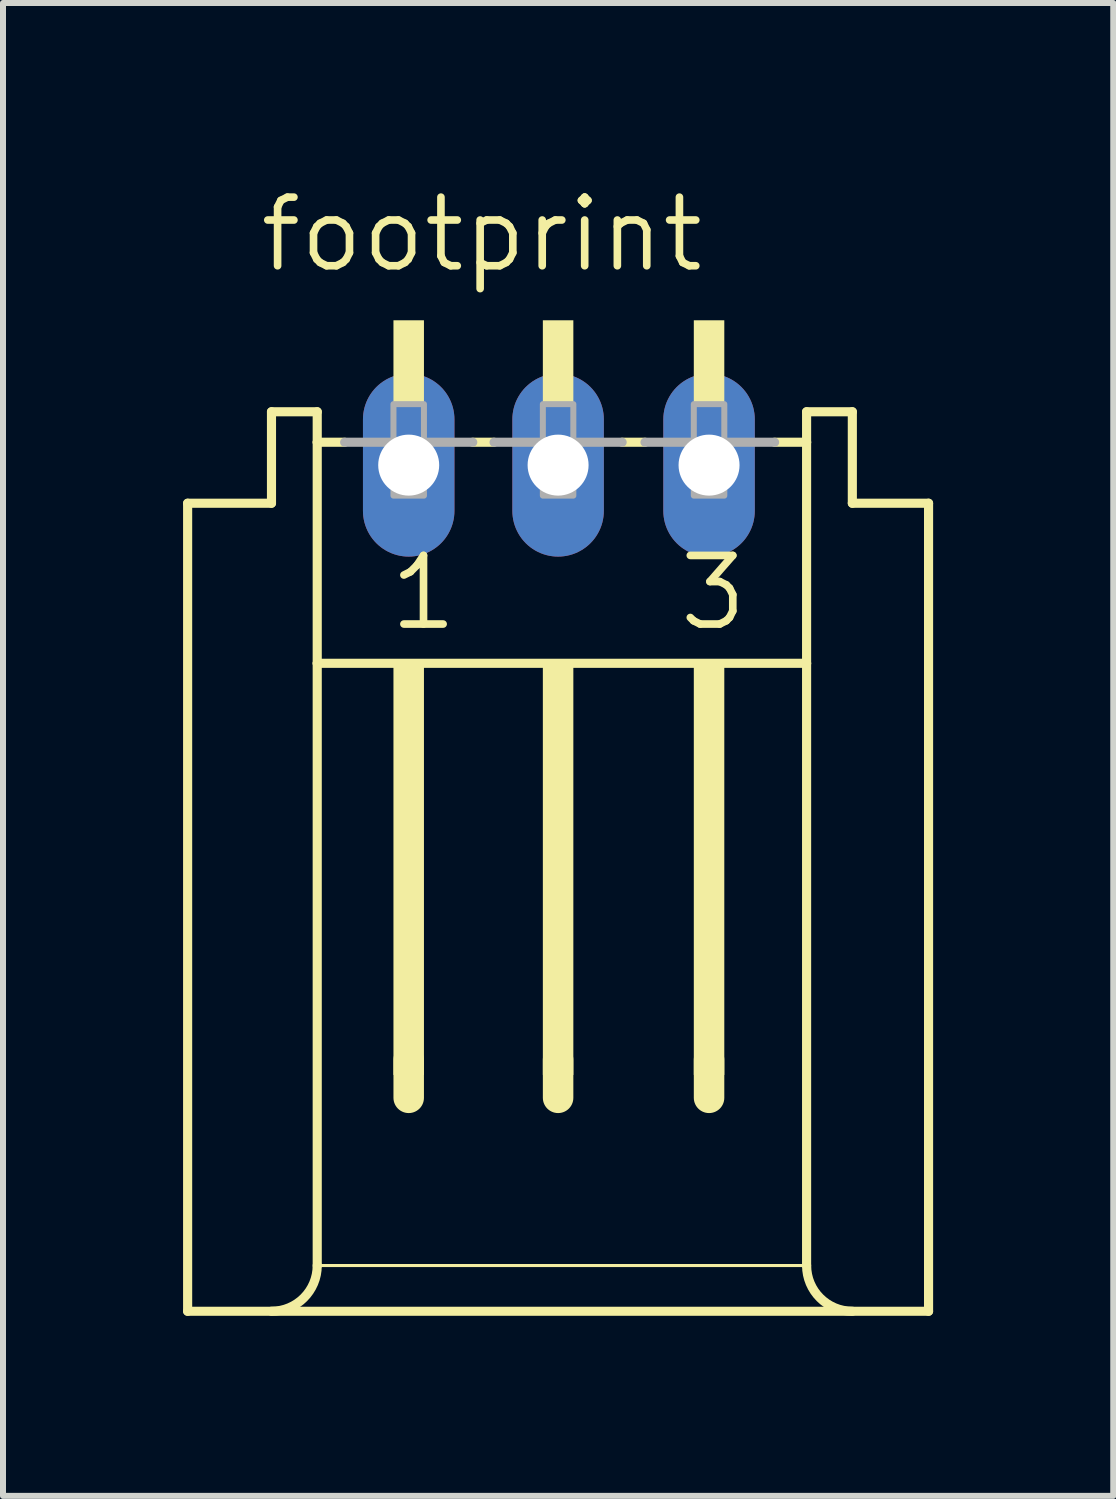
<source format=kicad_pcb>
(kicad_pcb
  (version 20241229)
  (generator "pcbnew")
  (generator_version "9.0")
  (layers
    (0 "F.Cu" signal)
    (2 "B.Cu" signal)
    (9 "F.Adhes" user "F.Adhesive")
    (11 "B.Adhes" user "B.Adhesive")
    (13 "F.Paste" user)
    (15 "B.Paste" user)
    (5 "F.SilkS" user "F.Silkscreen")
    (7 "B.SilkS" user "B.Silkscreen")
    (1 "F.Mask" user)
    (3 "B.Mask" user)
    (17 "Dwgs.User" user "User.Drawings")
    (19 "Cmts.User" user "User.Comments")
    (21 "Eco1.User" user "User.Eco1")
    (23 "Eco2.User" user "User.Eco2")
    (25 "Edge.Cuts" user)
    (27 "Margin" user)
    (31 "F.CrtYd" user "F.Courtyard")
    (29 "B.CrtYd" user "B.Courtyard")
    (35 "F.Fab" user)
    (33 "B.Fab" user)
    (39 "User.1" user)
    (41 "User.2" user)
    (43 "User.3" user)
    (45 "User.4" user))
  (footprint "footprint"
    (layer "F.Cu")
    (at 3.759 6.604)
    (property "Reference" "footprint" (at -2.54 -5.08 0) (layer "F.SilkS") (effects (font (size 1.143 1.143) (thickness 0.127)) (justify left bottom)))
    (fp_line (start -3.683 12.192) (end -3.683 -1.27) (stroke (width 0.152) (type solid)) (layer "F.SilkS"))
    (fp_line (start -3.683 12.192) (end 8.661 12.192) (stroke (width 0.152) (type solid)) (layer "F.SilkS"))
    (fp_line (start -2.286 -1.27) (end -3.683 -1.27) (stroke (width 0.152) (type solid)) (layer "F.SilkS"))
    (fp_line (start -2.286 -1.27) (end -2.286 -2.794) (stroke (width 0.152) (type solid)) (layer "F.SilkS"))
    (fp_line (start -1.524 -2.794) (end -2.286 -2.794) (stroke (width 0.152) (type solid)) (layer "F.SilkS"))
    (fp_line (start -1.524 -2.286) (end -1.524 -2.794) (stroke (width 0.152) (type solid)) (layer "F.SilkS"))
    (fp_line (start -1.524 1.397) (end -1.524 -2.286) (stroke (width 0.152) (type solid)) (layer "F.SilkS"))
    (fp_line (start -1.524 11.43) (end -1.524 1.397) (stroke (width 0.152) (type solid)) (layer "F.SilkS"))
    (fp_line (start -1.524 11.43) (end 6.629 11.43) (stroke (width 0.051) (type solid)) (layer "F.SilkS"))
    (fp_line (start -1.067 -2.286) (end -1.524 -2.286) (stroke (width 0.152) (type solid)) (layer "F.SilkS"))
    (fp_line (start 0 8.001) (end 0 8.636) (stroke (width 0.508) (type solid)) (layer "F.SilkS"))
    (fp_line (start 1.422 -2.286) (end 1.067 -2.286) (stroke (width 0.152) (type solid)) (layer "F.SilkS"))
    (fp_line (start 2.489 8.001) (end 2.489 8.636) (stroke (width 0.508) (type solid)) (layer "F.SilkS"))
    (fp_line (start 3.937 -2.286) (end 3.556 -2.286) (stroke (width 0.152) (type solid)) (layer "F.SilkS"))
    (fp_line (start 5.004 8.001) (end 5.004 8.636) (stroke (width 0.508) (type solid)) (layer "F.SilkS"))
    (fp_line (start 6.629 -2.794) (end 6.629 -2.286) (stroke (width 0.152) (type solid)) (layer "F.SilkS"))
    (fp_line (start 6.629 -2.286) (end 6.096 -2.286) (stroke (width 0.152) (type solid)) (layer "F.SilkS"))
    (fp_line (start 6.629 -2.286) (end 6.629 1.397) (stroke (width 0.152) (type solid)) (layer "F.SilkS"))
    (fp_line (start 6.629 1.397) (end -1.524 1.397) (stroke (width 0.152) (type solid)) (layer "F.SilkS"))
    (fp_line (start 6.629 1.397) (end 6.629 11.43) (stroke (width 0.152) (type solid)) (layer "F.SilkS"))
    (fp_line (start 7.391 -2.794) (end 6.629 -2.794) (stroke (width 0.152) (type solid)) (layer "F.SilkS"))
    (fp_line (start 7.391 -2.794) (end 7.391 -1.27) (stroke (width 0.152) (type solid)) (layer "F.SilkS"))
    (fp_line (start 8.661 -1.27) (end 7.391 -1.27) (stroke (width 0.152) (type solid)) (layer "F.SilkS"))
    (fp_line (start 8.661 -1.27) (end 8.661 12.192) (stroke (width 0.152) (type solid)) (layer "F.SilkS"))
    (fp_arc (start -1.524 11.43) (mid -1.747185 11.968815) (end -2.286 12.192) (stroke (width 0.1524) (type solid)) (layer "F.SilkS"))
    (fp_arc (start 7.3914 12.192) (mid 6.852585 11.968815) (end 6.6294 11.43) (stroke (width 0.1524) (type solid)) (layer "F.SilkS"))
    (fp_poly (pts (xy -0.254 -2.921) (xy 0.254 -2.921) (xy 0.254 -4.318) (xy -0.254 -4.318)) (stroke (width 0) (type solid)) (fill yes) (layer "F.SilkS"))
    (fp_poly (pts (xy -0.254 8.255) (xy 0.254 8.255) (xy 0.254 1.397) (xy -0.254 1.397)) (stroke (width 0) (type solid)) (fill yes) (layer "F.SilkS"))
    (fp_poly (pts (xy 2.235 -2.921) (xy 2.743 -2.921) (xy 2.743 -4.318) (xy 2.235 -4.318)) (stroke (width 0) (type solid)) (fill yes) (layer "F.SilkS"))
    (fp_poly (pts (xy 2.235 8.255) (xy 2.743 8.255) (xy 2.743 1.397) (xy 2.235 1.397)) (stroke (width 0) (type solid)) (fill yes) (layer "F.SilkS"))
    (fp_poly (pts (xy 4.75 -2.921) (xy 5.258 -2.921) (xy 5.258 -4.318) (xy 4.75 -4.318)) (stroke (width 0) (type solid)) (fill yes) (layer "F.SilkS"))
    (fp_poly (pts (xy 4.75 8.255) (xy 5.258 8.255) (xy 5.258 1.397) (xy 4.75 1.397)) (stroke (width 0) (type solid)) (fill yes) (layer "F.SilkS"))
    (fp_line (start -1.067 -2.286) (end 1.067 -2.286) (stroke (width 0.152) (type solid)) (layer "F.Fab"))
    (fp_line (start 1.422 -2.286) (end 3.556 -2.286) (stroke (width 0.152) (type solid)) (layer "F.Fab"))
    (fp_line (start 3.937 -2.286) (end 6.096 -2.286) (stroke (width 0.152) (type solid)) (layer "F.Fab"))
    (fp_poly (pts (xy -0.254 -1.397) (xy 0.254 -1.397) (xy 0.254 -2.921) (xy -0.254 -2.921)) (stroke (width 0.1) (type solid)) (fill no) (layer "F.Fab"))
    (fp_poly (pts (xy 2.235 -1.397) (xy 2.743 -1.397) (xy 2.743 -2.921) (xy 2.235 -2.921)) (stroke (width 0.1) (type solid)) (fill no) (layer "F.Fab"))
    (fp_poly (pts (xy 4.75 -1.397) (xy 5.258 -1.397) (xy 5.258 -2.921) (xy 4.75 -2.921)) (stroke (width 0.1) (type solid)) (fill no) (layer "F.Fab"))
    (fp_text user "3" (at 4.445 0.889 0) (layer "F.SilkS") (effects (font (size 1.143 1.143) (thickness 0.127)) (justify left bottom)))
    (fp_text user "1" (at -0.381 0.889 0) (layer "F.SilkS") (effects (font (size 1.143 1.143) (thickness 0.127)) (justify left bottom)))
    (pad "1" thru_hole oval (at 0 -1.905 90) (size 3.048 1.524) (drill 1.016) (layers "*.Cu" "*.Mask"))
    (pad "2" thru_hole oval (at 2.489 -1.905 90) (size 3.048 1.524) (drill 1.016) (layers "*.Cu" "*.Mask"))
    (pad "3" thru_hole oval (at 5.004 -1.905 90) (size 3.048 1.524) (drill 1.016) (layers "*.Cu" "*.Mask")))
  (gr_rect
    (start -3 -3)
    (end 15.497 21.872)
    (stroke (width 0.1) (type default))
    (fill no)
    (layer "Edge.Cuts")))
</source>
